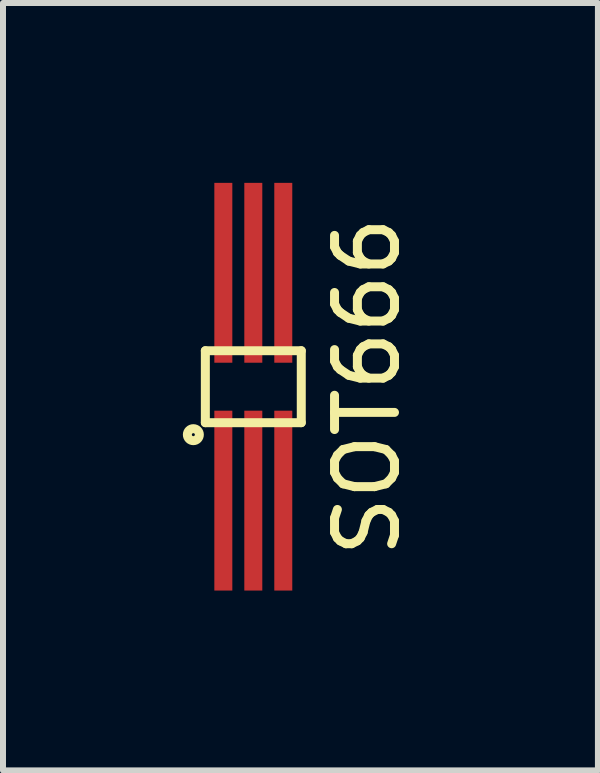
<source format=kicad_pcb>
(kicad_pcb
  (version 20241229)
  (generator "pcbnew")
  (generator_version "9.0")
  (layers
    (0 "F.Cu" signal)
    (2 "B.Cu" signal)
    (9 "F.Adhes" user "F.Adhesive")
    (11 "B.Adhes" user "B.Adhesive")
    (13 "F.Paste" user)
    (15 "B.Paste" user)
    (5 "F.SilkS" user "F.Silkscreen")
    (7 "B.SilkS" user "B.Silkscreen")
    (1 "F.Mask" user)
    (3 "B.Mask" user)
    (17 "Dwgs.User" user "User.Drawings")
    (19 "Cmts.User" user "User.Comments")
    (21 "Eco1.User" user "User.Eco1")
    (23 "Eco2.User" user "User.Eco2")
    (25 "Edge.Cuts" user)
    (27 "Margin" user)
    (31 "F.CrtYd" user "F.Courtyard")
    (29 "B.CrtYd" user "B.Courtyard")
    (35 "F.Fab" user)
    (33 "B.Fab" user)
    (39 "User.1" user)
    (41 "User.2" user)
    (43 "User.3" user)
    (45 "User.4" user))
  (footprint "SOT666"
    (layer "F.Cu")
    (at 1.175 3.4)
    (property "Reference" "SOT666" (at 1.9 0 90) (layer "F.SilkS") (effects (font (size 1 1) (thickness 0.15))))
    (attr through_hole)
    (fp_line (start -0.8 -0.6) (end 0.8 -0.6) (stroke (width 0.15) (type solid)) (layer "F.SilkS"))
    (fp_line (start -0.8 0.6) (end -0.8 -0.6) (stroke (width 0.15) (type solid)) (layer "F.SilkS"))
    (fp_line (start 0.8 -0.6) (end 0.8 0.6) (stroke (width 0.15) (type solid)) (layer "F.SilkS"))
    (fp_line (start 0.8 0.6) (end -0.8 0.6) (stroke (width 0.15) (type solid)) (layer "F.SilkS"))
    (fp_circle (center -1 0.8) (end -0.9 0.8) (stroke (width 0.15) (type solid)) (fill no) (layer "F.SilkS"))
    (pad "1" smd rect (at -0.5 1.9) (size 0.3 3) (layers "F.Cu" "F.Mask" "F.Paste"))
    (pad "2" smd rect (at 0 1.9) (size 0.3 3) (layers "F.Cu" "F.Mask" "F.Paste"))
    (pad "3" smd rect (at 0.5 1.9) (size 0.3 3) (layers "F.Cu" "F.Mask" "F.Paste"))
    (pad "4" smd rect (at 0.5 -1.9) (size 0.3 3) (layers "F.Cu" "F.Mask" "F.Paste"))
    (pad "5" smd rect (at 0 -1.9) (size 0.3 3) (layers "F.Cu" "F.Mask" "F.Paste"))
    (pad "6" smd rect (at -0.5 -1.9) (size 0.3 3) (layers "F.Cu" "F.Mask" "F.Paste")))
  (gr_rect
    (start -3 -3)
    (end 6.923 9.8)
    (stroke (width 0.1) (type default))
    (fill no)
    (layer "Edge.Cuts")))
</source>
